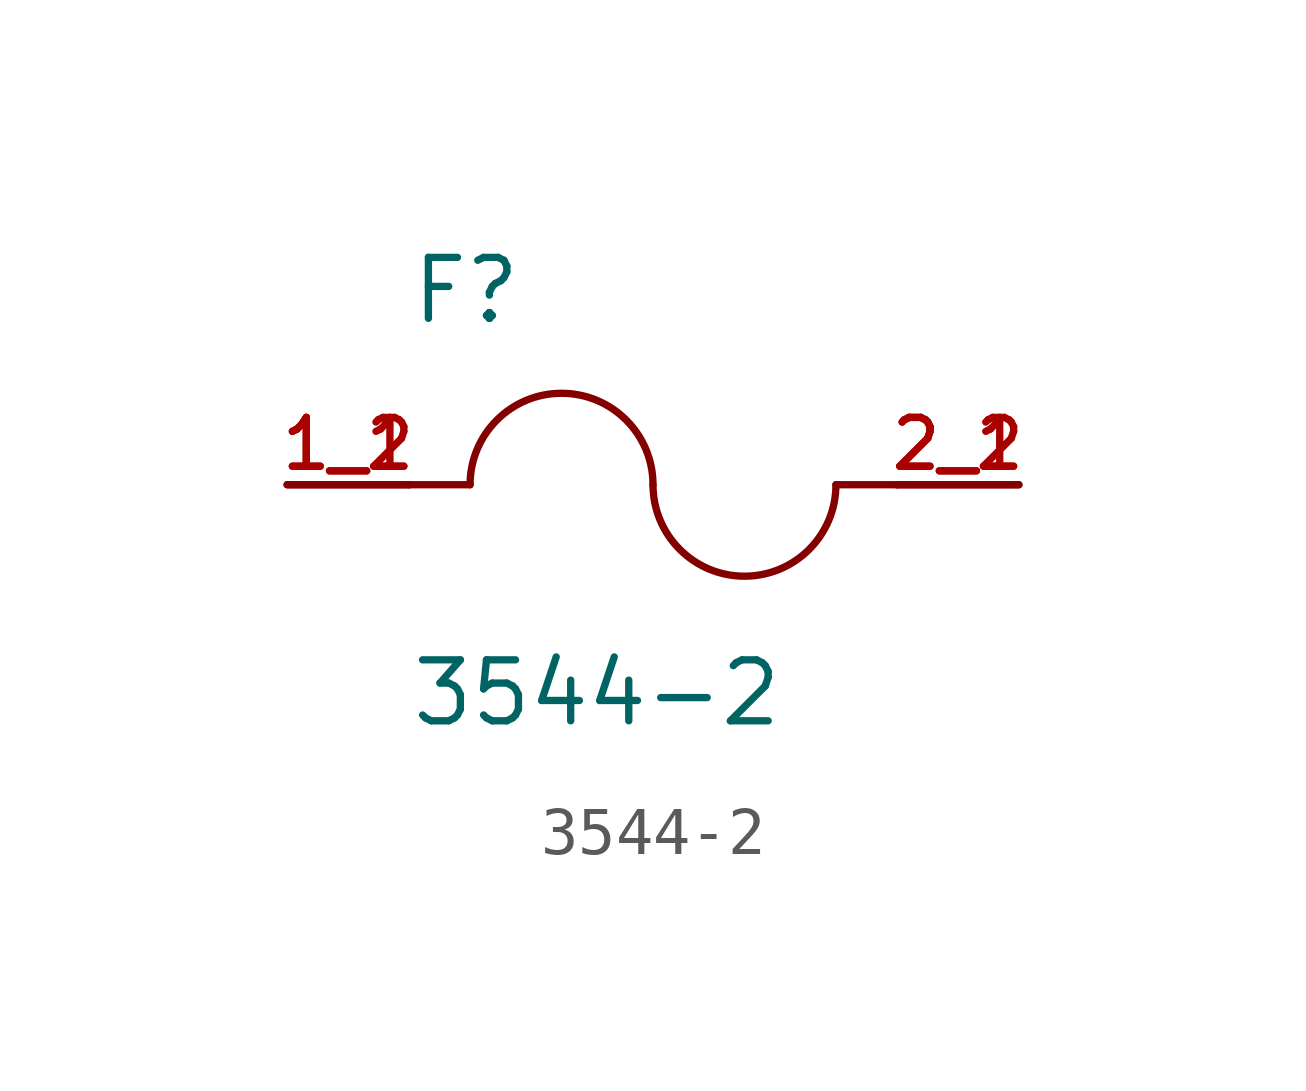
<source format=kicad_sym>
(kicad_symbol_lib
  (version 20211014)
  (generator kicad_symbol_editor)
  (symbol "3544-2"
    (pin_names
      (offset 1.016))
    (property "Reference" "F"
      (at -5.08 3.302 0)
      (effects (font (size 1.27 1.27)) (justify bottom left)))
    (property "Value" "3544-2"
      (at -5.08 -5.08 0)
      (effects (font (size 1.27 1.27)) (justify bottom left)))
    (symbol "3544-2_0_0"
      (arc (start 0.0 0.0) (mid -1.905 1.905) (end -3.81 0.0) (stroke (width 0.1524) (type default) (color 0 0 0 0)) (fill (type none)))
      (arc (start 3.81 0.0) (mid 1.905 -1.905) (end 0.0 0.0) (stroke (width 0.1524) (type default) (color 0 0 0 0)) (fill (type none)))
      (polyline (pts (xy 5.08 0.0) (xy 3.81 0.0)) (stroke (width 0.152)))
      (polyline (pts (xy -5.08 0.0) (xy -3.81 0.0)) (stroke (width 0.152)))
      (pin passive line (at -7.62 0.0 0) (length 2.54) (name "~" (effects (font (size 1.016 1.016)))) (number "1_1" (effects (font (size 1.016 1.016)))))
      (pin passive line (at 7.62 0.0 180.0) (length 2.54) (name "~" (effects (font (size 1.016 1.016)))) (number "2_1" (effects (font (size 1.016 1.016)))))
      (pin passive line (at -7.62 0.0 0) (length 2.54) (name "~" (effects (font (size 1.016 1.016)))) (number "1_2" (effects (font (size 1.016 1.016)))))
      (pin passive line (at 7.62 0.0 180.0) (length 2.54) (name "~" (effects (font (size 1.016 1.016)))) (number "2_2" (effects (font (size 1.016 1.016))))))))
</source>
